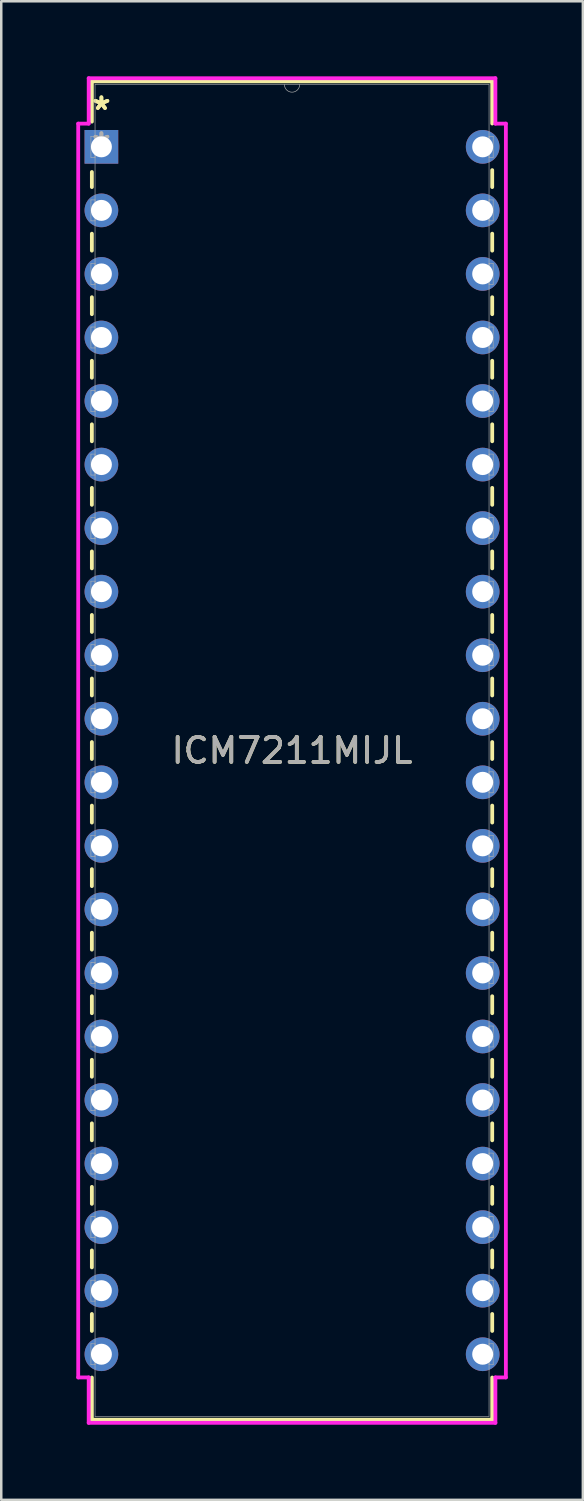
<source format=kicad_pcb>
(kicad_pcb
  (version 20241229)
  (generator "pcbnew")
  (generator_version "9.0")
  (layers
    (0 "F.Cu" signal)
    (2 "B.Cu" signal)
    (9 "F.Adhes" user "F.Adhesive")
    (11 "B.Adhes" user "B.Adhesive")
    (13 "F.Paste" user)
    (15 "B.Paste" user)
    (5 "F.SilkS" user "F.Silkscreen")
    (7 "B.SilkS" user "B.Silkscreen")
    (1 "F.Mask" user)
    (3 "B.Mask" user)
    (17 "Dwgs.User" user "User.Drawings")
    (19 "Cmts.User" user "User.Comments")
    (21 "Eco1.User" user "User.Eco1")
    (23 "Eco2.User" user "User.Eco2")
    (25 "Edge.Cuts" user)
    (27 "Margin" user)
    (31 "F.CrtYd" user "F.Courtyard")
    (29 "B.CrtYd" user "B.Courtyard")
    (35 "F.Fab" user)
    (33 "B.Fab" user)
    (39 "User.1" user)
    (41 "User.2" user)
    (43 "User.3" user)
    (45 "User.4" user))
  (footprint "ICM7211MIJL"
    (layer "F.Cu")
    (at 1.003 2.819)
    (property "Reference" "ICM7211MIJL" (at 7.62 24.13 0) (unlocked yes) (layer "F.SilkS") (effects (font (size 1 1) (thickness 0.15))))
    (attr through_hole)
    (fp_line (start -0.381 -2.616) (end -0.381 -1.006) (stroke (width 0.152) (type solid)) (layer "F.SilkS"))
    (fp_line (start -0.381 1.006) (end -0.381 1.609) (stroke (width 0.152) (type solid)) (layer "F.SilkS"))
    (fp_line (start -0.381 3.471) (end -0.381 4.149) (stroke (width 0.152) (type solid)) (layer "F.SilkS"))
    (fp_line (start -0.381 6.011) (end -0.381 6.689) (stroke (width 0.152) (type solid)) (layer "F.SilkS"))
    (fp_line (start -0.381 8.551) (end -0.381 9.229) (stroke (width 0.152) (type solid)) (layer "F.SilkS"))
    (fp_line (start -0.381 11.091) (end -0.381 11.769) (stroke (width 0.152) (type solid)) (layer "F.SilkS"))
    (fp_line (start -0.381 13.631) (end -0.381 14.309) (stroke (width 0.152) (type solid)) (layer "F.SilkS"))
    (fp_line (start -0.381 16.171) (end -0.381 16.849) (stroke (width 0.152) (type solid)) (layer "F.SilkS"))
    (fp_line (start -0.381 18.711) (end -0.381 19.389) (stroke (width 0.152) (type solid)) (layer "F.SilkS"))
    (fp_line (start -0.381 21.251) (end -0.381 21.929) (stroke (width 0.152) (type solid)) (layer "F.SilkS"))
    (fp_line (start -0.381 23.791) (end -0.381 24.469) (stroke (width 0.152) (type solid)) (layer "F.SilkS"))
    (fp_line (start -0.381 26.331) (end -0.381 27.009) (stroke (width 0.152) (type solid)) (layer "F.SilkS"))
    (fp_line (start -0.381 28.871) (end -0.381 29.549) (stroke (width 0.152) (type solid)) (layer "F.SilkS"))
    (fp_line (start -0.381 31.411) (end -0.381 32.089) (stroke (width 0.152) (type solid)) (layer "F.SilkS"))
    (fp_line (start -0.381 33.951) (end -0.381 34.629) (stroke (width 0.152) (type solid)) (layer "F.SilkS"))
    (fp_line (start -0.381 36.491) (end -0.381 37.169) (stroke (width 0.152) (type solid)) (layer "F.SilkS"))
    (fp_line (start -0.381 39.031) (end -0.381 39.709) (stroke (width 0.152) (type solid)) (layer "F.SilkS"))
    (fp_line (start -0.381 41.571) (end -0.381 42.249) (stroke (width 0.152) (type solid)) (layer "F.SilkS"))
    (fp_line (start -0.381 44.111) (end -0.381 44.789) (stroke (width 0.152) (type solid)) (layer "F.SilkS"))
    (fp_line (start -0.381 46.651) (end -0.381 47.329) (stroke (width 0.152) (type solid)) (layer "F.SilkS"))
    (fp_line (start -0.381 49.191) (end -0.381 50.876) (stroke (width 0.152) (type solid)) (layer "F.SilkS"))
    (fp_line (start -0.381 50.876) (end 15.621 50.876) (stroke (width 0.152) (type solid)) (layer "F.SilkS"))
    (fp_line (start 15.621 -2.616) (end -0.381 -2.616) (stroke (width 0.152) (type solid)) (layer "F.SilkS"))
    (fp_line (start 15.621 -0.931) (end 15.621 -2.616) (stroke (width 0.152) (type solid)) (layer "F.SilkS"))
    (fp_line (start 15.621 1.609) (end 15.621 0.931) (stroke (width 0.152) (type solid)) (layer "F.SilkS"))
    (fp_line (start 15.621 4.149) (end 15.621 3.471) (stroke (width 0.152) (type solid)) (layer "F.SilkS"))
    (fp_line (start 15.621 6.689) (end 15.621 6.011) (stroke (width 0.152) (type solid)) (layer "F.SilkS"))
    (fp_line (start 15.621 9.229) (end 15.621 8.551) (stroke (width 0.152) (type solid)) (layer "F.SilkS"))
    (fp_line (start 15.621 11.769) (end 15.621 11.091) (stroke (width 0.152) (type solid)) (layer "F.SilkS"))
    (fp_line (start 15.621 14.309) (end 15.621 13.631) (stroke (width 0.152) (type solid)) (layer "F.SilkS"))
    (fp_line (start 15.621 16.849) (end 15.621 16.171) (stroke (width 0.152) (type solid)) (layer "F.SilkS"))
    (fp_line (start 15.621 19.389) (end 15.621 18.711) (stroke (width 0.152) (type solid)) (layer "F.SilkS"))
    (fp_line (start 15.621 21.929) (end 15.621 21.251) (stroke (width 0.152) (type solid)) (layer "F.SilkS"))
    (fp_line (start 15.621 24.469) (end 15.621 23.791) (stroke (width 0.152) (type solid)) (layer "F.SilkS"))
    (fp_line (start 15.621 27.009) (end 15.621 26.331) (stroke (width 0.152) (type solid)) (layer "F.SilkS"))
    (fp_line (start 15.621 29.549) (end 15.621 28.871) (stroke (width 0.152) (type solid)) (layer "F.SilkS"))
    (fp_line (start 15.621 32.089) (end 15.621 31.411) (stroke (width 0.152) (type solid)) (layer "F.SilkS"))
    (fp_line (start 15.621 34.629) (end 15.621 33.951) (stroke (width 0.152) (type solid)) (layer "F.SilkS"))
    (fp_line (start 15.621 37.169) (end 15.621 36.491) (stroke (width 0.152) (type solid)) (layer "F.SilkS"))
    (fp_line (start 15.621 39.709) (end 15.621 39.031) (stroke (width 0.152) (type solid)) (layer "F.SilkS"))
    (fp_line (start 15.621 42.249) (end 15.621 41.571) (stroke (width 0.152) (type solid)) (layer "F.SilkS"))
    (fp_line (start 15.621 44.789) (end 15.621 44.111) (stroke (width 0.152) (type solid)) (layer "F.SilkS"))
    (fp_line (start 15.621 47.329) (end 15.621 46.651) (stroke (width 0.152) (type solid)) (layer "F.SilkS"))
    (fp_line (start 15.621 50.876) (end 15.621 49.191) (stroke (width 0.152) (type solid)) (layer "F.SilkS"))
    (fp_line (start -0.927 -0.927) (end -0.508 -0.927) (stroke (width 0.152) (type solid)) (layer "F.CrtYd"))
    (fp_line (start -0.927 49.187) (end -0.927 -0.927) (stroke (width 0.152) (type solid)) (layer "F.CrtYd"))
    (fp_line (start -0.508 -2.743) (end 15.748 -2.743) (stroke (width 0.152) (type solid)) (layer "F.CrtYd"))
    (fp_line (start -0.508 -0.927) (end -0.508 -2.743) (stroke (width 0.152) (type solid)) (layer "F.CrtYd"))
    (fp_line (start -0.508 49.187) (end -0.927 49.187) (stroke (width 0.152) (type solid)) (layer "F.CrtYd"))
    (fp_line (start -0.508 51.003) (end -0.508 49.187) (stroke (width 0.152) (type solid)) (layer "F.CrtYd"))
    (fp_line (start 15.748 -2.743) (end 15.748 -0.927) (stroke (width 0.152) (type solid)) (layer "F.CrtYd"))
    (fp_line (start 15.748 49.187) (end 15.748 51.003) (stroke (width 0.152) (type solid)) (layer "F.CrtYd"))
    (fp_line (start 15.748 51.003) (end -0.508 51.003) (stroke (width 0.152) (type solid)) (layer "F.CrtYd"))
    (fp_line (start 16.167 -0.927) (end 15.748 -0.927) (stroke (width 0.152) (type solid)) (layer "F.CrtYd"))
    (fp_line (start 16.167 -0.927) (end 16.167 49.187) (stroke (width 0.152) (type solid)) (layer "F.CrtYd"))
    (fp_line (start 16.167 49.187) (end 15.748 49.187) (stroke (width 0.152) (type solid)) (layer "F.CrtYd"))
    (fp_line (start -0.419 -0.419) (end -0.419 0.419) (stroke (width 0.025) (type solid)) (layer "F.Fab"))
    (fp_line (start -0.419 0.419) (end -0.254 0.419) (stroke (width 0.025) (type solid)) (layer "F.Fab"))
    (fp_line (start -0.419 2.121) (end -0.419 2.959) (stroke (width 0.025) (type solid)) (layer "F.Fab"))
    (fp_line (start -0.419 2.959) (end -0.254 2.959) (stroke (width 0.025) (type solid)) (layer "F.Fab"))
    (fp_line (start -0.419 4.661) (end -0.419 5.499) (stroke (width 0.025) (type solid)) (layer "F.Fab"))
    (fp_line (start -0.419 5.499) (end -0.254 5.499) (stroke (width 0.025) (type solid)) (layer "F.Fab"))
    (fp_line (start -0.419 7.201) (end -0.419 8.039) (stroke (width 0.025) (type solid)) (layer "F.Fab"))
    (fp_line (start -0.419 8.039) (end -0.254 8.039) (stroke (width 0.025) (type solid)) (layer "F.Fab"))
    (fp_line (start -0.419 9.741) (end -0.419 10.579) (stroke (width 0.025) (type solid)) (layer "F.Fab"))
    (fp_line (start -0.419 10.579) (end -0.254 10.579) (stroke (width 0.025) (type solid)) (layer "F.Fab"))
    (fp_line (start -0.419 12.281) (end -0.419 13.119) (stroke (width 0.025) (type solid)) (layer "F.Fab"))
    (fp_line (start -0.419 13.119) (end -0.254 13.119) (stroke (width 0.025) (type solid)) (layer "F.Fab"))
    (fp_line (start -0.419 14.821) (end -0.419 15.659) (stroke (width 0.025) (type solid)) (layer "F.Fab"))
    (fp_line (start -0.419 15.659) (end -0.254 15.659) (stroke (width 0.025) (type solid)) (layer "F.Fab"))
    (fp_line (start -0.419 17.361) (end -0.419 18.199) (stroke (width 0.025) (type solid)) (layer "F.Fab"))
    (fp_line (start -0.419 18.199) (end -0.254 18.199) (stroke (width 0.025) (type solid)) (layer "F.Fab"))
    (fp_line (start -0.419 19.901) (end -0.419 20.739) (stroke (width 0.025) (type solid)) (layer "F.Fab"))
    (fp_line (start -0.419 20.739) (end -0.254 20.739) (stroke (width 0.025) (type solid)) (layer "F.Fab"))
    (fp_line (start -0.419 22.441) (end -0.419 23.279) (stroke (width 0.025) (type solid)) (layer "F.Fab"))
    (fp_line (start -0.419 23.279) (end -0.254 23.279) (stroke (width 0.025) (type solid)) (layer "F.Fab"))
    (fp_line (start -0.419 24.981) (end -0.419 25.819) (stroke (width 0.025) (type solid)) (layer "F.Fab"))
    (fp_line (start -0.419 25.819) (end -0.254 25.819) (stroke (width 0.025) (type solid)) (layer "F.Fab"))
    (fp_line (start -0.419 27.521) (end -0.419 28.359) (stroke (width 0.025) (type solid)) (layer "F.Fab"))
    (fp_line (start -0.419 28.359) (end -0.254 28.359) (stroke (width 0.025) (type solid)) (layer "F.Fab"))
    (fp_line (start -0.419 30.061) (end -0.419 30.899) (stroke (width 0.025) (type solid)) (layer "F.Fab"))
    (fp_line (start -0.419 30.899) (end -0.254 30.899) (stroke (width 0.025) (type solid)) (layer "F.Fab"))
    (fp_line (start -0.419 32.601) (end -0.419 33.439) (stroke (width 0.025) (type solid)) (layer "F.Fab"))
    (fp_line (start -0.419 33.439) (end -0.254 33.439) (stroke (width 0.025) (type solid)) (layer "F.Fab"))
    (fp_line (start -0.419 35.141) (end -0.419 35.979) (stroke (width 0.025) (type solid)) (layer "F.Fab"))
    (fp_line (start -0.419 35.979) (end -0.254 35.979) (stroke (width 0.025) (type solid)) (layer "F.Fab"))
    (fp_line (start -0.419 37.681) (end -0.419 38.519) (stroke (width 0.025) (type solid)) (layer "F.Fab"))
    (fp_line (start -0.419 38.519) (end -0.254 38.519) (stroke (width 0.025) (type solid)) (layer "F.Fab"))
    (fp_line (start -0.419 40.221) (end -0.419 41.059) (stroke (width 0.025) (type solid)) (layer "F.Fab"))
    (fp_line (start -0.419 41.059) (end -0.254 41.059) (stroke (width 0.025) (type solid)) (layer "F.Fab"))
    (fp_line (start -0.419 42.761) (end -0.419 43.599) (stroke (width 0.025) (type solid)) (layer "F.Fab"))
    (fp_line (start -0.419 43.599) (end -0.254 43.599) (stroke (width 0.025) (type solid)) (layer "F.Fab"))
    (fp_line (start -0.419 45.301) (end -0.419 46.139) (stroke (width 0.025) (type solid)) (layer "F.Fab"))
    (fp_line (start -0.419 46.139) (end -0.254 46.139) (stroke (width 0.025) (type solid)) (layer "F.Fab"))
    (fp_line (start -0.419 47.841) (end -0.419 48.679) (stroke (width 0.025) (type solid)) (layer "F.Fab"))
    (fp_line (start -0.419 48.679) (end -0.254 48.679) (stroke (width 0.025) (type solid)) (layer "F.Fab"))
    (fp_line (start -0.254 -2.489) (end -0.254 50.749) (stroke (width 0.025) (type solid)) (layer "F.Fab"))
    (fp_line (start -0.254 -0.419) (end -0.419 -0.419) (stroke (width 0.025) (type solid)) (layer "F.Fab"))
    (fp_line (start -0.254 0.419) (end -0.254 -0.419) (stroke (width 0.025) (type solid)) (layer "F.Fab"))
    (fp_line (start -0.254 2.121) (end -0.419 2.121) (stroke (width 0.025) (type solid)) (layer "F.Fab"))
    (fp_line (start -0.254 2.959) (end -0.254 2.121) (stroke (width 0.025) (type solid)) (layer "F.Fab"))
    (fp_line (start -0.254 4.661) (end -0.419 4.661) (stroke (width 0.025) (type solid)) (layer "F.Fab"))
    (fp_line (start -0.254 5.499) (end -0.254 4.661) (stroke (width 0.025) (type solid)) (layer "F.Fab"))
    (fp_line (start -0.254 7.201) (end -0.419 7.201) (stroke (width 0.025) (type solid)) (layer "F.Fab"))
    (fp_line (start -0.254 8.039) (end -0.254 7.201) (stroke (width 0.025) (type solid)) (layer "F.Fab"))
    (fp_line (start -0.254 9.741) (end -0.419 9.741) (stroke (width 0.025) (type solid)) (layer "F.Fab"))
    (fp_line (start -0.254 10.579) (end -0.254 9.741) (stroke (width 0.025) (type solid)) (layer "F.Fab"))
    (fp_line (start -0.254 12.281) (end -0.419 12.281) (stroke (width 0.025) (type solid)) (layer "F.Fab"))
    (fp_line (start -0.254 13.119) (end -0.254 12.281) (stroke (width 0.025) (type solid)) (layer "F.Fab"))
    (fp_line (start -0.254 14.821) (end -0.419 14.821) (stroke (width 0.025) (type solid)) (layer "F.Fab"))
    (fp_line (start -0.254 15.659) (end -0.254 14.821) (stroke (width 0.025) (type solid)) (layer "F.Fab"))
    (fp_line (start -0.254 17.361) (end -0.419 17.361) (stroke (width 0.025) (type solid)) (layer "F.Fab"))
    (fp_line (start -0.254 18.199) (end -0.254 17.361) (stroke (width 0.025) (type solid)) (layer "F.Fab"))
    (fp_line (start -0.254 19.901) (end -0.419 19.901) (stroke (width 0.025) (type solid)) (layer "F.Fab"))
    (fp_line (start -0.254 20.739) (end -0.254 19.901) (stroke (width 0.025) (type solid)) (layer "F.Fab"))
    (fp_line (start -0.254 22.441) (end -0.419 22.441) (stroke (width 0.025) (type solid)) (layer "F.Fab"))
    (fp_line (start -0.254 23.279) (end -0.254 22.441) (stroke (width 0.025) (type solid)) (layer "F.Fab"))
    (fp_line (start -0.254 24.981) (end -0.419 24.981) (stroke (width 0.025) (type solid)) (layer "F.Fab"))
    (fp_line (start -0.254 25.819) (end -0.254 24.981) (stroke (width 0.025) (type solid)) (layer "F.Fab"))
    (fp_line (start -0.254 27.521) (end -0.419 27.521) (stroke (width 0.025) (type solid)) (layer "F.Fab"))
    (fp_line (start -0.254 28.359) (end -0.254 27.521) (stroke (width 0.025) (type solid)) (layer "F.Fab"))
    (fp_line (start -0.254 30.061) (end -0.419 30.061) (stroke (width 0.025) (type solid)) (layer "F.Fab"))
    (fp_line (start -0.254 30.899) (end -0.254 30.061) (stroke (width 0.025) (type solid)) (layer "F.Fab"))
    (fp_line (start -0.254 32.601) (end -0.419 32.601) (stroke (width 0.025) (type solid)) (layer "F.Fab"))
    (fp_line (start -0.254 33.439) (end -0.254 32.601) (stroke (width 0.025) (type solid)) (layer "F.Fab"))
    (fp_line (start -0.254 35.141) (end -0.419 35.141) (stroke (width 0.025) (type solid)) (layer "F.Fab"))
    (fp_line (start -0.254 35.979) (end -0.254 35.141) (stroke (width 0.025) (type solid)) (layer "F.Fab"))
    (fp_line (start -0.254 37.681) (end -0.419 37.681) (stroke (width 0.025) (type solid)) (layer "F.Fab"))
    (fp_line (start -0.254 38.519) (end -0.254 37.681) (stroke (width 0.025) (type solid)) (layer "F.Fab"))
    (fp_line (start -0.254 40.221) (end -0.419 40.221) (stroke (width 0.025) (type solid)) (layer "F.Fab"))
    (fp_line (start -0.254 41.059) (end -0.254 40.221) (stroke (width 0.025) (type solid)) (layer "F.Fab"))
    (fp_line (start -0.254 42.761) (end -0.419 42.761) (stroke (width 0.025) (type solid)) (layer "F.Fab"))
    (fp_line (start -0.254 43.599) (end -0.254 42.761) (stroke (width 0.025) (type solid)) (layer "F.Fab"))
    (fp_line (start -0.254 45.301) (end -0.419 45.301) (stroke (width 0.025) (type solid)) (layer "F.Fab"))
    (fp_line (start -0.254 46.139) (end -0.254 45.301) (stroke (width 0.025) (type solid)) (layer "F.Fab"))
    (fp_line (start -0.254 47.841) (end -0.419 47.841) (stroke (width 0.025) (type solid)) (layer "F.Fab"))
    (fp_line (start -0.254 48.679) (end -0.254 47.841) (stroke (width 0.025) (type solid)) (layer "F.Fab"))
    (fp_line (start -0.254 50.749) (end 15.494 50.749) (stroke (width 0.025) (type solid)) (layer "F.Fab"))
    (fp_line (start 15.494 -2.489) (end -0.254 -2.489) (stroke (width 0.025) (type solid)) (layer "F.Fab"))
    (fp_line (start 15.494 -0.419) (end 15.494 0.419) (stroke (width 0.025) (type solid)) (layer "F.Fab"))
    (fp_line (start 15.494 0.419) (end 15.659 0.419) (stroke (width 0.025) (type solid)) (layer "F.Fab"))
    (fp_line (start 15.494 2.121) (end 15.494 2.959) (stroke (width 0.025) (type solid)) (layer "F.Fab"))
    (fp_line (start 15.494 2.959) (end 15.659 2.959) (stroke (width 0.025) (type solid)) (layer "F.Fab"))
    (fp_line (start 15.494 4.661) (end 15.494 5.499) (stroke (width 0.025) (type solid)) (layer "F.Fab"))
    (fp_line (start 15.494 5.499) (end 15.659 5.499) (stroke (width 0.025) (type solid)) (layer "F.Fab"))
    (fp_line (start 15.494 7.201) (end 15.494 8.039) (stroke (width 0.025) (type solid)) (layer "F.Fab"))
    (fp_line (start 15.494 8.039) (end 15.659 8.039) (stroke (width 0.025) (type solid)) (layer "F.Fab"))
    (fp_line (start 15.494 9.741) (end 15.494 10.579) (stroke (width 0.025) (type solid)) (layer "F.Fab"))
    (fp_line (start 15.494 10.579) (end 15.659 10.579) (stroke (width 0.025) (type solid)) (layer "F.Fab"))
    (fp_line (start 15.494 12.281) (end 15.494 13.119) (stroke (width 0.025) (type solid)) (layer "F.Fab"))
    (fp_line (start 15.494 13.119) (end 15.659 13.119) (stroke (width 0.025) (type solid)) (layer "F.Fab"))
    (fp_line (start 15.494 14.821) (end 15.494 15.659) (stroke (width 0.025) (type solid)) (layer "F.Fab"))
    (fp_line (start 15.494 15.659) (end 15.659 15.659) (stroke (width 0.025) (type solid)) (layer "F.Fab"))
    (fp_line (start 15.494 17.361) (end 15.494 18.199) (stroke (width 0.025) (type solid)) (layer "F.Fab"))
    (fp_line (start 15.494 18.199) (end 15.659 18.199) (stroke (width 0.025) (type solid)) (layer "F.Fab"))
    (fp_line (start 15.494 19.901) (end 15.494 20.739) (stroke (width 0.025) (type solid)) (layer "F.Fab"))
    (fp_line (start 15.494 20.739) (end 15.659 20.739) (stroke (width 0.025) (type solid)) (layer "F.Fab"))
    (fp_line (start 15.494 22.441) (end 15.494 23.279) (stroke (width 0.025) (type solid)) (layer "F.Fab"))
    (fp_line (start 15.494 23.279) (end 15.659 23.279) (stroke (width 0.025) (type solid)) (layer "F.Fab"))
    (fp_line (start 15.494 24.981) (end 15.494 25.819) (stroke (width 0.025) (type solid)) (layer "F.Fab"))
    (fp_line (start 15.494 25.819) (end 15.659 25.819) (stroke (width 0.025) (type solid)) (layer "F.Fab"))
    (fp_line (start 15.494 27.521) (end 15.494 28.359) (stroke (width 0.025) (type solid)) (layer "F.Fab"))
    (fp_line (start 15.494 28.359) (end 15.659 28.359) (stroke (width 0.025) (type solid)) (layer "F.Fab"))
    (fp_line (start 15.494 30.061) (end 15.494 30.899) (stroke (width 0.025) (type solid)) (layer "F.Fab"))
    (fp_line (start 15.494 30.899) (end 15.659 30.899) (stroke (width 0.025) (type solid)) (layer "F.Fab"))
    (fp_line (start 15.494 32.601) (end 15.494 33.439) (stroke (width 0.025) (type solid)) (layer "F.Fab"))
    (fp_line (start 15.494 33.439) (end 15.659 33.439) (stroke (width 0.025) (type solid)) (layer "F.Fab"))
    (fp_line (start 15.494 35.141) (end 15.494 35.979) (stroke (width 0.025) (type solid)) (layer "F.Fab"))
    (fp_line (start 15.494 35.979) (end 15.659 35.979) (stroke (width 0.025) (type solid)) (layer "F.Fab"))
    (fp_line (start 15.494 37.681) (end 15.494 38.519) (stroke (width 0.025) (type solid)) (layer "F.Fab"))
    (fp_line (start 15.494 38.519) (end 15.659 38.519) (stroke (width 0.025) (type solid)) (layer "F.Fab"))
    (fp_line (start 15.494 40.221) (end 15.494 41.059) (stroke (width 0.025) (type solid)) (layer "F.Fab"))
    (fp_line (start 15.494 41.059) (end 15.659 41.059) (stroke (width 0.025) (type solid)) (layer "F.Fab"))
    (fp_line (start 15.494 42.761) (end 15.494 43.599) (stroke (width 0.025) (type solid)) (layer "F.Fab"))
    (fp_line (start 15.494 43.599) (end 15.659 43.599) (stroke (width 0.025) (type solid)) (layer "F.Fab"))
    (fp_line (start 15.494 45.301) (end 15.494 46.139) (stroke (width 0.025) (type solid)) (layer "F.Fab"))
    (fp_line (start 15.494 46.139) (end 15.659 46.139) (stroke (width 0.025) (type solid)) (layer "F.Fab"))
    (fp_line (start 15.494 47.841) (end 15.494 48.679) (stroke (width 0.025) (type solid)) (layer "F.Fab"))
    (fp_line (start 15.494 48.679) (end 15.659 48.679) (stroke (width 0.025) (type solid)) (layer "F.Fab"))
    (fp_line (start 15.494 50.749) (end 15.494 -2.489) (stroke (width 0.025) (type solid)) (layer "F.Fab"))
    (fp_line (start 15.659 -0.419) (end 15.494 -0.419) (stroke (width 0.025) (type solid)) (layer "F.Fab"))
    (fp_line (start 15.659 0.419) (end 15.659 -0.419) (stroke (width 0.025) (type solid)) (layer "F.Fab"))
    (fp_line (start 15.659 2.121) (end 15.494 2.121) (stroke (width 0.025) (type solid)) (layer "F.Fab"))
    (fp_line (start 15.659 2.959) (end 15.659 2.121) (stroke (width 0.025) (type solid)) (layer "F.Fab"))
    (fp_line (start 15.659 4.661) (end 15.494 4.661) (stroke (width 0.025) (type solid)) (layer "F.Fab"))
    (fp_line (start 15.659 5.499) (end 15.659 4.661) (stroke (width 0.025) (type solid)) (layer "F.Fab"))
    (fp_line (start 15.659 7.201) (end 15.494 7.201) (stroke (width 0.025) (type solid)) (layer "F.Fab"))
    (fp_line (start 15.659 8.039) (end 15.659 7.201) (stroke (width 0.025) (type solid)) (layer "F.Fab"))
    (fp_line (start 15.659 9.741) (end 15.494 9.741) (stroke (width 0.025) (type solid)) (layer "F.Fab"))
    (fp_line (start 15.659 10.579) (end 15.659 9.741) (stroke (width 0.025) (type solid)) (layer "F.Fab"))
    (fp_line (start 15.659 12.281) (end 15.494 12.281) (stroke (width 0.025) (type solid)) (layer "F.Fab"))
    (fp_line (start 15.659 13.119) (end 15.659 12.281) (stroke (width 0.025) (type solid)) (layer "F.Fab"))
    (fp_line (start 15.659 14.821) (end 15.494 14.821) (stroke (width 0.025) (type solid)) (layer "F.Fab"))
    (fp_line (start 15.659 15.659) (end 15.659 14.821) (stroke (width 0.025) (type solid)) (layer "F.Fab"))
    (fp_line (start 15.659 17.361) (end 15.494 17.361) (stroke (width 0.025) (type solid)) (layer "F.Fab"))
    (fp_line (start 15.659 18.199) (end 15.659 17.361) (stroke (width 0.025) (type solid)) (layer "F.Fab"))
    (fp_line (start 15.659 19.901) (end 15.494 19.901) (stroke (width 0.025) (type solid)) (layer "F.Fab"))
    (fp_line (start 15.659 20.739) (end 15.659 19.901) (stroke (width 0.025) (type solid)) (layer "F.Fab"))
    (fp_line (start 15.659 22.441) (end 15.494 22.441) (stroke (width 0.025) (type solid)) (layer "F.Fab"))
    (fp_line (start 15.659 23.279) (end 15.659 22.441) (stroke (width 0.025) (type solid)) (layer "F.Fab"))
    (fp_line (start 15.659 24.981) (end 15.494 24.981) (stroke (width 0.025) (type solid)) (layer "F.Fab"))
    (fp_line (start 15.659 25.819) (end 15.659 24.981) (stroke (width 0.025) (type solid)) (layer "F.Fab"))
    (fp_line (start 15.659 27.521) (end 15.494 27.521) (stroke (width 0.025) (type solid)) (layer "F.Fab"))
    (fp_line (start 15.659 28.359) (end 15.659 27.521) (stroke (width 0.025) (type solid)) (layer "F.Fab"))
    (fp_line (start 15.659 30.061) (end 15.494 30.061) (stroke (width 0.025) (type solid)) (layer "F.Fab"))
    (fp_line (start 15.659 30.899) (end 15.659 30.061) (stroke (width 0.025) (type solid)) (layer "F.Fab"))
    (fp_line (start 15.659 32.601) (end 15.494 32.601) (stroke (width 0.025) (type solid)) (layer "F.Fab"))
    (fp_line (start 15.659 33.439) (end 15.659 32.601) (stroke (width 0.025) (type solid)) (layer "F.Fab"))
    (fp_line (start 15.659 35.141) (end 15.494 35.141) (stroke (width 0.025) (type solid)) (layer "F.Fab"))
    (fp_line (start 15.659 35.979) (end 15.659 35.141) (stroke (width 0.025) (type solid)) (layer "F.Fab"))
    (fp_line (start 15.659 37.681) (end 15.494 37.681) (stroke (width 0.025) (type solid)) (layer "F.Fab"))
    (fp_line (start 15.659 38.519) (end 15.659 37.681) (stroke (width 0.025) (type solid)) (layer "F.Fab"))
    (fp_line (start 15.659 40.221) (end 15.494 40.221) (stroke (width 0.025) (type solid)) (layer "F.Fab"))
    (fp_line (start 15.659 41.059) (end 15.659 40.221) (stroke (width 0.025) (type solid)) (layer "F.Fab"))
    (fp_line (start 15.659 42.761) (end 15.494 42.761) (stroke (width 0.025) (type solid)) (layer "F.Fab"))
    (fp_line (start 15.659 43.599) (end 15.659 42.761) (stroke (width 0.025) (type solid)) (layer "F.Fab"))
    (fp_line (start 15.659 45.301) (end 15.494 45.301) (stroke (width 0.025) (type solid)) (layer "F.Fab"))
    (fp_line (start 15.659 46.139) (end 15.659 45.301) (stroke (width 0.025) (type solid)) (layer "F.Fab"))
    (fp_line (start 15.659 47.841) (end 15.494 47.841) (stroke (width 0.025) (type solid)) (layer "F.Fab"))
    (fp_line (start 15.659 48.679) (end 15.659 47.841) (stroke (width 0.025) (type solid)) (layer "F.Fab"))
    (fp_arc (start 7.9248 -2.4892) (mid 7.62 -2.1844) (end 7.3152 -2.4892) (stroke (width 0.0254) (type solid)) (layer "F.Fab"))
    (fp_text user "*" (at 0 -1.435 0) (layer "F.SilkS") (effects (font (size 1 1) (thickness 0.15))))
    (fp_text user "*" (at 0 -1.435 0) (unlocked yes) (layer "F.SilkS") (effects (font (size 1 1) (thickness 0.15))))
    (fp_text user "*" (at 0 0 0) (layer "F.Fab") (effects (font (size 1 1) (thickness 0.15))))
    (fp_text user "${REFERENCE}" (at 7.62 24.13 0) (unlocked yes) (layer "F.Fab") (effects (font (size 1 1) (thickness 0.15))))
    (fp_text user "*" (at 0 0 0) (unlocked yes) (layer "F.Fab") (effects (font (size 1 1) (thickness 0.15))))
    (pad "1" thru_hole rect (at 0 0) (size 1.346 1.346) (drill 0.838) (layers "*.Cu" "*.Mask"))
    (pad "2" thru_hole circle (at 0 2.54) (size 1.346 1.346) (drill 0.838) (layers "*.Cu" "*.Mask"))
    (pad "3" thru_hole circle (at 0 5.08) (size 1.346 1.346) (drill 0.838) (layers "*.Cu" "*.Mask"))
    (pad "4" thru_hole circle (at 0 7.62) (size 1.346 1.346) (drill 0.838) (layers "*.Cu" "*.Mask"))
    (pad "5" thru_hole circle (at 0 10.16) (size 1.346 1.346) (drill 0.838) (layers "*.Cu" "*.Mask"))
    (pad "6" thru_hole circle (at 0 12.7) (size 1.346 1.346) (drill 0.838) (layers "*.Cu" "*.Mask"))
    (pad "7" thru_hole circle (at 0 15.24) (size 1.346 1.346) (drill 0.838) (layers "*.Cu" "*.Mask"))
    (pad "8" thru_hole circle (at 0 17.78) (size 1.346 1.346) (drill 0.838) (layers "*.Cu" "*.Mask"))
    (pad "9" thru_hole circle (at 0 20.32) (size 1.346 1.346) (drill 0.838) (layers "*.Cu" "*.Mask"))
    (pad "10" thru_hole circle (at 0 22.86) (size 1.346 1.346) (drill 0.838) (layers "*.Cu" "*.Mask"))
    (pad "11" thru_hole circle (at 0 25.4) (size 1.346 1.346) (drill 0.838) (layers "*.Cu" "*.Mask"))
    (pad "12" thru_hole circle (at 0 27.94) (size 1.346 1.346) (drill 0.838) (layers "*.Cu" "*.Mask"))
    (pad "13" thru_hole circle (at 0 30.48) (size 1.346 1.346) (drill 0.838) (layers "*.Cu" "*.Mask"))
    (pad "14" thru_hole circle (at 0 33.02) (size 1.346 1.346) (drill 0.838) (layers "*.Cu" "*.Mask"))
    (pad "15" thru_hole circle (at 0 35.56) (size 1.346 1.346) (drill 0.838) (layers "*.Cu" "*.Mask"))
    (pad "16" thru_hole circle (at 0 38.1) (size 1.346 1.346) (drill 0.838) (layers "*.Cu" "*.Mask"))
    (pad "17" thru_hole circle (at 0 40.64) (size 1.346 1.346) (drill 0.838) (layers "*.Cu" "*.Mask"))
    (pad "18" thru_hole circle (at 0 43.18) (size 1.346 1.346) (drill 0.838) (layers "*.Cu" "*.Mask"))
    (pad "19" thru_hole circle (at 0 45.72) (size 1.346 1.346) (drill 0.838) (layers "*.Cu" "*.Mask"))
    (pad "20" thru_hole circle (at 0 48.26) (size 1.346 1.346) (drill 0.838) (layers "*.Cu" "*.Mask"))
    (pad "21" thru_hole circle (at 15.24 48.26) (size 1.346 1.346) (drill 0.838) (layers "*.Cu" "*.Mask"))
    (pad "22" thru_hole circle (at 15.24 45.72) (size 1.346 1.346) (drill 0.838) (layers "*.Cu" "*.Mask"))
    (pad "23" thru_hole circle (at 15.24 43.18) (size 1.346 1.346) (drill 0.838) (layers "*.Cu" "*.Mask"))
    (pad "24" thru_hole circle (at 15.24 40.64) (size 1.346 1.346) (drill 0.838) (layers "*.Cu" "*.Mask"))
    (pad "25" thru_hole circle (at 15.24 38.1) (size 1.346 1.346) (drill 0.838) (layers "*.Cu" "*.Mask"))
    (pad "26" thru_hole circle (at 15.24 35.56) (size 1.346 1.346) (drill 0.838) (layers "*.Cu" "*.Mask"))
    (pad "27" thru_hole circle (at 15.24 33.02) (size 1.346 1.346) (drill 0.838) (layers "*.Cu" "*.Mask"))
    (pad "28" thru_hole circle (at 15.24 30.48) (size 1.346 1.346) (drill 0.838) (layers "*.Cu" "*.Mask"))
    (pad "29" thru_hole circle (at 15.24 27.94) (size 1.346 1.346) (drill 0.838) (layers "*.Cu" "*.Mask"))
    (pad "30" thru_hole circle (at 15.24 25.4) (size 1.346 1.346) (drill 0.838) (layers "*.Cu" "*.Mask"))
    (pad "31" thru_hole circle (at 15.24 22.86) (size 1.346 1.346) (drill 0.838) (layers "*.Cu" "*.Mask"))
    (pad "32" thru_hole circle (at 15.24 20.32) (size 1.346 1.346) (drill 0.838) (layers "*.Cu" "*.Mask"))
    (pad "33" thru_hole circle (at 15.24 17.78) (size 1.346 1.346) (drill 0.838) (layers "*.Cu" "*.Mask"))
    (pad "34" thru_hole circle (at 15.24 15.24) (size 1.346 1.346) (drill 0.838) (layers "*.Cu" "*.Mask"))
    (pad "35" thru_hole circle (at 15.24 12.7) (size 1.346 1.346) (drill 0.838) (layers "*.Cu" "*.Mask"))
    (pad "36" thru_hole circle (at 15.24 10.16) (size 1.346 1.346) (drill 0.838) (layers "*.Cu" "*.Mask"))
    (pad "37" thru_hole circle (at 15.24 7.62) (size 1.346 1.346) (drill 0.838) (layers "*.Cu" "*.Mask"))
    (pad "38" thru_hole circle (at 15.24 5.08) (size 1.346 1.346) (drill 0.838) (layers "*.Cu" "*.Mask"))
    (pad "39" thru_hole circle (at 15.24 2.54) (size 1.346 1.346) (drill 0.838) (layers "*.Cu" "*.Mask"))
    (pad "40" thru_hole circle (at 15.24 0) (size 1.346 1.346) (drill 0.838) (layers "*.Cu" "*.Mask")))
  (gr_rect
    (start -3 -3)
    (end 20.247 56.899)
    (stroke (width 0.1) (type default))
    (fill no)
    (layer "Edge.Cuts")))
</source>
